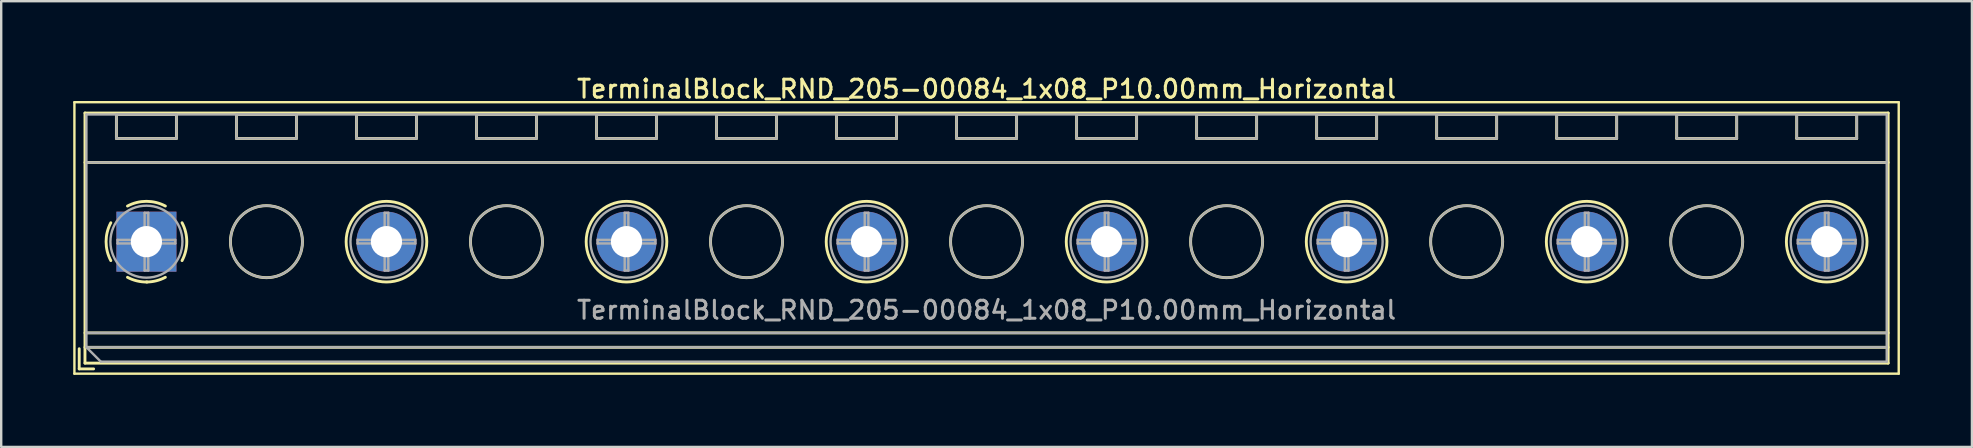
<source format=kicad_pcb>
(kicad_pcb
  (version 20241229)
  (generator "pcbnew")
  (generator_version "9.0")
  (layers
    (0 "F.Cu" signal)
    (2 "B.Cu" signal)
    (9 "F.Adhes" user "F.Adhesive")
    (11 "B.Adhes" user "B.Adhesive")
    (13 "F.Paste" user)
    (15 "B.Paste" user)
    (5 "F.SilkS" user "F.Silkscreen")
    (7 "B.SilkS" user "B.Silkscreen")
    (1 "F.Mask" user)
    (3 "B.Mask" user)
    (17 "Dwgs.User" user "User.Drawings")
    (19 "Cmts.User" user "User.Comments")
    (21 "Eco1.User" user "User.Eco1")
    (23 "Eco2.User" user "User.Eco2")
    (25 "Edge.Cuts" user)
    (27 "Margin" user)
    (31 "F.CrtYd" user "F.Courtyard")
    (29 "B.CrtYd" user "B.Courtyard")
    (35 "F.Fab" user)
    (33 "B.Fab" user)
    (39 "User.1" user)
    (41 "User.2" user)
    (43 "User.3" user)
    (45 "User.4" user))
  (footprint "TerminalBlock_RND_205-00084_1x08_P10.00mm_Horizontal"
    (layer "F.Cu")
    (at 3.05 7.018)
    (property "Reference" "TerminalBlock_RND_205-00084_1x08_P10.00mm_Horizontal" (at 35 -6.36 0) (layer "F.SilkS") (effects (font (size 0.75 0.75) (thickness 0.125))))
    (attr through_hole)
    (fp_line (start -3 -5.81) (end -3 5.5) (stroke (width 0.1) (type solid)) (layer "F.SilkS"))
    (fp_line (start -3 5.5) (end 73 5.5) (stroke (width 0.1) (type solid)) (layer "F.SilkS"))
    (fp_line (start -2.8 4.46) (end -2.8 5.3) (stroke (width 0.12) (type solid)) (layer "F.SilkS"))
    (fp_line (start -2.8 5.3) (end -2.2 5.3) (stroke (width 0.12) (type solid)) (layer "F.SilkS"))
    (fp_line (start -2.56 -5.36) (end -2.56 5.06) (stroke (width 0.12) (type solid)) (layer "F.SilkS"))
    (fp_line (start -2.56 -5.36) (end 72.56 -5.36) (stroke (width 0.12) (type solid)) (layer "F.SilkS"))
    (fp_line (start -2.56 -3.301) (end 72.56 -3.301) (stroke (width 0.12) (type solid)) (layer "F.SilkS"))
    (fp_line (start -2.56 3.8) (end 72.56 3.8) (stroke (width 0.12) (type solid)) (layer "F.SilkS"))
    (fp_line (start -2.56 4.4) (end 72.56 4.4) (stroke (width 0.12) (type solid)) (layer "F.SilkS"))
    (fp_line (start -2.56 5.06) (end 72.56 5.06) (stroke (width 0.12) (type solid)) (layer "F.SilkS"))
    (fp_line (start -1.25 -5.301) (end -1.25 -4.301) (stroke (width 0.12) (type solid)) (layer "F.SilkS"))
    (fp_line (start -1.25 -5.301) (end 1.25 -5.301) (stroke (width 0.12) (type solid)) (layer "F.SilkS"))
    (fp_line (start -1.25 -4.301) (end 1.25 -4.301) (stroke (width 0.12) (type solid)) (layer "F.SilkS"))
    (fp_line (start 1.25 -5.301) (end 1.25 -4.301) (stroke (width 0.12) (type solid)) (layer "F.SilkS"))
    (fp_line (start 3.75 -5.301) (end 3.75 -4.301) (stroke (width 0.12) (type solid)) (layer "F.SilkS"))
    (fp_line (start 3.75 -5.301) (end 6.25 -5.301) (stroke (width 0.12) (type solid)) (layer "F.SilkS"))
    (fp_line (start 3.75 -4.301) (end 6.25 -4.301) (stroke (width 0.12) (type solid)) (layer "F.SilkS"))
    (fp_line (start 6.25 -5.301) (end 6.25 -4.301) (stroke (width 0.12) (type solid)) (layer "F.SilkS"))
    (fp_line (start 8.75 -5.301) (end 8.75 -4.301) (stroke (width 0.12) (type solid)) (layer "F.SilkS"))
    (fp_line (start 8.75 -5.301) (end 11.25 -5.301) (stroke (width 0.12) (type solid)) (layer "F.SilkS"))
    (fp_line (start 8.75 -4.301) (end 11.25 -4.301) (stroke (width 0.12) (type solid)) (layer "F.SilkS"))
    (fp_line (start 11.25 -5.301) (end 11.25 -4.301) (stroke (width 0.12) (type solid)) (layer "F.SilkS"))
    (fp_line (start 13.75 -5.301) (end 13.75 -4.301) (stroke (width 0.12) (type solid)) (layer "F.SilkS"))
    (fp_line (start 13.75 -5.301) (end 16.25 -5.301) (stroke (width 0.12) (type solid)) (layer "F.SilkS"))
    (fp_line (start 13.75 -4.301) (end 16.25 -4.301) (stroke (width 0.12) (type solid)) (layer "F.SilkS"))
    (fp_line (start 16.25 -5.301) (end 16.25 -4.301) (stroke (width 0.12) (type solid)) (layer "F.SilkS"))
    (fp_line (start 18.75 -5.301) (end 18.75 -4.301) (stroke (width 0.12) (type solid)) (layer "F.SilkS"))
    (fp_line (start 18.75 -5.301) (end 21.25 -5.301) (stroke (width 0.12) (type solid)) (layer "F.SilkS"))
    (fp_line (start 18.75 -4.301) (end 21.25 -4.301) (stroke (width 0.12) (type solid)) (layer "F.SilkS"))
    (fp_line (start 21.25 -5.301) (end 21.25 -4.301) (stroke (width 0.12) (type solid)) (layer "F.SilkS"))
    (fp_line (start 23.75 -5.301) (end 23.75 -4.301) (stroke (width 0.12) (type solid)) (layer "F.SilkS"))
    (fp_line (start 23.75 -5.301) (end 26.25 -5.301) (stroke (width 0.12) (type solid)) (layer "F.SilkS"))
    (fp_line (start 23.75 -4.301) (end 26.25 -4.301) (stroke (width 0.12) (type solid)) (layer "F.SilkS"))
    (fp_line (start 26.25 -5.301) (end 26.25 -4.301) (stroke (width 0.12) (type solid)) (layer "F.SilkS"))
    (fp_line (start 28.75 -5.301) (end 28.75 -4.301) (stroke (width 0.12) (type solid)) (layer "F.SilkS"))
    (fp_line (start 28.75 -5.301) (end 31.25 -5.301) (stroke (width 0.12) (type solid)) (layer "F.SilkS"))
    (fp_line (start 28.75 -4.301) (end 31.25 -4.301) (stroke (width 0.12) (type solid)) (layer "F.SilkS"))
    (fp_line (start 31.25 -5.301) (end 31.25 -4.301) (stroke (width 0.12) (type solid)) (layer "F.SilkS"))
    (fp_line (start 33.75 -5.301) (end 33.75 -4.301) (stroke (width 0.12) (type solid)) (layer "F.SilkS"))
    (fp_line (start 33.75 -5.301) (end 36.25 -5.301) (stroke (width 0.12) (type solid)) (layer "F.SilkS"))
    (fp_line (start 33.75 -4.301) (end 36.25 -4.301) (stroke (width 0.12) (type solid)) (layer "F.SilkS"))
    (fp_line (start 36.25 -5.301) (end 36.25 -4.301) (stroke (width 0.12) (type solid)) (layer "F.SilkS"))
    (fp_line (start 38.75 -5.301) (end 38.75 -4.301) (stroke (width 0.12) (type solid)) (layer "F.SilkS"))
    (fp_line (start 38.75 -5.301) (end 41.25 -5.301) (stroke (width 0.12) (type solid)) (layer "F.SilkS"))
    (fp_line (start 38.75 -4.301) (end 41.25 -4.301) (stroke (width 0.12) (type solid)) (layer "F.SilkS"))
    (fp_line (start 41.25 -5.301) (end 41.25 -4.301) (stroke (width 0.12) (type solid)) (layer "F.SilkS"))
    (fp_line (start 43.75 -5.301) (end 43.75 -4.301) (stroke (width 0.12) (type solid)) (layer "F.SilkS"))
    (fp_line (start 43.75 -5.301) (end 46.25 -5.301) (stroke (width 0.12) (type solid)) (layer "F.SilkS"))
    (fp_line (start 43.75 -4.301) (end 46.25 -4.301) (stroke (width 0.12) (type solid)) (layer "F.SilkS"))
    (fp_line (start 46.25 -5.301) (end 46.25 -4.301) (stroke (width 0.12) (type solid)) (layer "F.SilkS"))
    (fp_line (start 48.75 -5.301) (end 48.75 -4.301) (stroke (width 0.12) (type solid)) (layer "F.SilkS"))
    (fp_line (start 48.75 -5.301) (end 51.25 -5.301) (stroke (width 0.12) (type solid)) (layer "F.SilkS"))
    (fp_line (start 48.75 -4.301) (end 51.25 -4.301) (stroke (width 0.12) (type solid)) (layer "F.SilkS"))
    (fp_line (start 51.25 -5.301) (end 51.25 -4.301) (stroke (width 0.12) (type solid)) (layer "F.SilkS"))
    (fp_line (start 53.75 -5.301) (end 53.75 -4.301) (stroke (width 0.12) (type solid)) (layer "F.SilkS"))
    (fp_line (start 53.75 -5.301) (end 56.25 -5.301) (stroke (width 0.12) (type solid)) (layer "F.SilkS"))
    (fp_line (start 53.75 -4.301) (end 56.25 -4.301) (stroke (width 0.12) (type solid)) (layer "F.SilkS"))
    (fp_line (start 56.25 -5.301) (end 56.25 -4.301) (stroke (width 0.12) (type solid)) (layer "F.SilkS"))
    (fp_line (start 58.75 -5.301) (end 58.75 -4.301) (stroke (width 0.12) (type solid)) (layer "F.SilkS"))
    (fp_line (start 58.75 -5.301) (end 61.25 -5.301) (stroke (width 0.12) (type solid)) (layer "F.SilkS"))
    (fp_line (start 58.75 -4.301) (end 61.25 -4.301) (stroke (width 0.12) (type solid)) (layer "F.SilkS"))
    (fp_line (start 61.25 -5.301) (end 61.25 -4.301) (stroke (width 0.12) (type solid)) (layer "F.SilkS"))
    (fp_line (start 63.75 -5.301) (end 63.75 -4.301) (stroke (width 0.12) (type solid)) (layer "F.SilkS"))
    (fp_line (start 63.75 -5.301) (end 66.25 -5.301) (stroke (width 0.12) (type solid)) (layer "F.SilkS"))
    (fp_line (start 63.75 -4.301) (end 66.25 -4.301) (stroke (width 0.12) (type solid)) (layer "F.SilkS"))
    (fp_line (start 66.25 -5.301) (end 66.25 -4.301) (stroke (width 0.12) (type solid)) (layer "F.SilkS"))
    (fp_line (start 68.75 -5.301) (end 68.75 -4.301) (stroke (width 0.12) (type solid)) (layer "F.SilkS"))
    (fp_line (start 68.75 -5.301) (end 71.25 -5.301) (stroke (width 0.12) (type solid)) (layer "F.SilkS"))
    (fp_line (start 68.75 -4.301) (end 71.25 -4.301) (stroke (width 0.12) (type solid)) (layer "F.SilkS"))
    (fp_line (start 71.25 -5.301) (end 71.25 -4.301) (stroke (width 0.12) (type solid)) (layer "F.SilkS"))
    (fp_line (start 72.56 -5.36) (end 72.56 5.06) (stroke (width 0.12) (type solid)) (layer "F.SilkS"))
    (fp_line (start 73 -5.81) (end -3 -5.81) (stroke (width 0.1) (type solid)) (layer "F.SilkS"))
    (fp_line (start 73 5.5) (end 73 -5.81) (stroke (width 0.1) (type solid)) (layer "F.SilkS"))
    (fp_arc (start -1.483953 0.789089) (mid -1.680708 0.00005) (end -1.484 -0.789) (stroke (width 0.12) (type solid)) (layer "F.SilkS"))
    (fp_arc (start -0.789089 -1.483953) (mid -0.00005 -1.680708) (end 0.789 -1.484) (stroke (width 0.12) (type solid)) (layer "F.SilkS"))
    (fp_arc (start 0.029383 1.68045) (mid -0.392304 1.634281) (end -0.789 1.484) (stroke (width 0.12) (type solid)) (layer "F.SilkS"))
    (fp_arc (start 0.788712 1.483352) (mid 0.406429 1.630097) (end 0 1.68) (stroke (width 0.12) (type solid)) (layer "F.SilkS"))
    (fp_arc (start 1.483953 -0.789089) (mid 1.680708 -0.00005) (end 1.484 0.789) (stroke (width 0.12) (type solid)) (layer "F.SilkS"))
    (fp_circle (center 5 0) (end 6.5 0) (stroke (width 0.12) (type solid)) (fill no) (layer "F.SilkS"))
    (fp_circle (center 10 0) (end 11.68 0) (stroke (width 0.12) (type solid)) (fill no) (layer "F.SilkS"))
    (fp_circle (center 15 0) (end 16.5 0) (stroke (width 0.12) (type solid)) (fill no) (layer "F.SilkS"))
    (fp_circle (center 20 0) (end 21.68 0) (stroke (width 0.12) (type solid)) (fill no) (layer "F.SilkS"))
    (fp_circle (center 25 0) (end 26.5 0) (stroke (width 0.12) (type solid)) (fill no) (layer "F.SilkS"))
    (fp_circle (center 30 0) (end 31.68 0) (stroke (width 0.12) (type solid)) (fill no) (layer "F.SilkS"))
    (fp_circle (center 35 0) (end 36.5 0) (stroke (width 0.12) (type solid)) (fill no) (layer "F.SilkS"))
    (fp_circle (center 40 0) (end 41.68 0) (stroke (width 0.12) (type solid)) (fill no) (layer "F.SilkS"))
    (fp_circle (center 45 0) (end 46.5 0) (stroke (width 0.12) (type solid)) (fill no) (layer "F.SilkS"))
    (fp_circle (center 50 0) (end 51.68 0) (stroke (width 0.12) (type solid)) (fill no) (layer "F.SilkS"))
    (fp_circle (center 55 0) (end 56.5 0) (stroke (width 0.12) (type solid)) (fill no) (layer "F.SilkS"))
    (fp_circle (center 60 0) (end 61.68 0) (stroke (width 0.12) (type solid)) (fill no) (layer "F.SilkS"))
    (fp_circle (center 65 0) (end 66.5 0) (stroke (width 0.12) (type solid)) (fill no) (layer "F.SilkS"))
    (fp_circle (center 70 0) (end 71.68 0) (stroke (width 0.12) (type solid)) (fill no) (layer "F.SilkS"))
    (fp_line (start -2.5 -5.3) (end 72.5 -5.3) (stroke (width 0.1) (type solid)) (layer "F.Fab"))
    (fp_line (start -2.5 -3.3) (end 72.5 -3.3) (stroke (width 0.1) (type solid)) (layer "F.Fab"))
    (fp_line (start -2.5 3.8) (end 72.5 3.8) (stroke (width 0.1) (type solid)) (layer "F.Fab"))
    (fp_line (start -2.5 4.4) (end -2.5 -5.3) (stroke (width 0.1) (type solid)) (layer "F.Fab"))
    (fp_line (start -2.5 4.4) (end 72.5 4.4) (stroke (width 0.1) (type solid)) (layer "F.Fab"))
    (fp_line (start -1.9 5) (end -2.5 4.4) (stroke (width 0.1) (type solid)) (layer "F.Fab"))
    (fp_line (start -1.25 -5.3) (end -1.25 -4.3) (stroke (width 0.1) (type solid)) (layer "F.Fab"))
    (fp_line (start -1.25 -4.3) (end 1.25 -4.3) (stroke (width 0.1) (type solid)) (layer "F.Fab"))
    (fp_line (start -1.201 -0.076) (end -0.076 -0.076) (stroke (width 0.1) (type solid)) (layer "F.Fab"))
    (fp_line (start -1.201 0.076) (end -1.201 -0.076) (stroke (width 0.1) (type solid)) (layer "F.Fab"))
    (fp_line (start -0.076 -1.201) (end 0.076 -1.201) (stroke (width 0.1) (type solid)) (layer "F.Fab"))
    (fp_line (start -0.076 -0.076) (end -0.076 -1.201) (stroke (width 0.1) (type solid)) (layer "F.Fab"))
    (fp_line (start -0.076 0.076) (end -1.201 0.076) (stroke (width 0.1) (type solid)) (layer "F.Fab"))
    (fp_line (start -0.076 1.201) (end -0.076 0.076) (stroke (width 0.1) (type solid)) (layer "F.Fab"))
    (fp_line (start 0.076 -1.201) (end 0.076 -0.076) (stroke (width 0.1) (type solid)) (layer "F.Fab"))
    (fp_line (start 0.076 -0.076) (end 1.201 -0.076) (stroke (width 0.1) (type solid)) (layer "F.Fab"))
    (fp_line (start 0.076 0.076) (end 0.076 1.201) (stroke (width 0.1) (type solid)) (layer "F.Fab"))
    (fp_line (start 0.076 1.201) (end -0.076 1.201) (stroke (width 0.1) (type solid)) (layer "F.Fab"))
    (fp_line (start 1.201 -0.076) (end 1.201 0.076) (stroke (width 0.1) (type solid)) (layer "F.Fab"))
    (fp_line (start 1.201 0.076) (end 0.076 0.076) (stroke (width 0.1) (type solid)) (layer "F.Fab"))
    (fp_line (start 1.25 -5.3) (end -1.25 -5.3) (stroke (width 0.1) (type solid)) (layer "F.Fab"))
    (fp_line (start 1.25 -4.3) (end 1.25 -5.3) (stroke (width 0.1) (type solid)) (layer "F.Fab"))
    (fp_line (start 3.75 -5.3) (end 3.75 -4.3) (stroke (width 0.1) (type solid)) (layer "F.Fab"))
    (fp_line (start 3.75 -4.3) (end 6.25 -4.3) (stroke (width 0.1) (type solid)) (layer "F.Fab"))
    (fp_line (start 6.25 -5.3) (end 3.75 -5.3) (stroke (width 0.1) (type solid)) (layer "F.Fab"))
    (fp_line (start 6.25 -4.3) (end 6.25 -5.3) (stroke (width 0.1) (type solid)) (layer "F.Fab"))
    (fp_line (start 8.75 -5.3) (end 8.75 -4.3) (stroke (width 0.1) (type solid)) (layer "F.Fab"))
    (fp_line (start 8.75 -4.3) (end 11.25 -4.3) (stroke (width 0.1) (type solid)) (layer "F.Fab"))
    (fp_line (start 8.799 -0.076) (end 9.924 -0.076) (stroke (width 0.1) (type solid)) (layer "F.Fab"))
    (fp_line (start 8.799 0.076) (end 8.799 -0.076) (stroke (width 0.1) (type solid)) (layer "F.Fab"))
    (fp_line (start 9.924 -1.201) (end 10.076 -1.201) (stroke (width 0.1) (type solid)) (layer "F.Fab"))
    (fp_line (start 9.924 -0.076) (end 9.924 -1.201) (stroke (width 0.1) (type solid)) (layer "F.Fab"))
    (fp_line (start 9.924 0.076) (end 8.799 0.076) (stroke (width 0.1) (type solid)) (layer "F.Fab"))
    (fp_line (start 9.924 1.201) (end 9.924 0.076) (stroke (width 0.1) (type solid)) (layer "F.Fab"))
    (fp_line (start 10.076 -1.201) (end 10.076 -0.076) (stroke (width 0.1) (type solid)) (layer "F.Fab"))
    (fp_line (start 10.076 -0.076) (end 11.201 -0.076) (stroke (width 0.1) (type solid)) (layer "F.Fab"))
    (fp_line (start 10.076 0.076) (end 10.076 1.201) (stroke (width 0.1) (type solid)) (layer "F.Fab"))
    (fp_line (start 10.076 1.201) (end 9.924 1.201) (stroke (width 0.1) (type solid)) (layer "F.Fab"))
    (fp_line (start 11.201 -0.076) (end 11.201 0.076) (stroke (width 0.1) (type solid)) (layer "F.Fab"))
    (fp_line (start 11.201 0.076) (end 10.076 0.076) (stroke (width 0.1) (type solid)) (layer "F.Fab"))
    (fp_line (start 11.25 -5.3) (end 8.75 -5.3) (stroke (width 0.1) (type solid)) (layer "F.Fab"))
    (fp_line (start 11.25 -4.3) (end 11.25 -5.3) (stroke (width 0.1) (type solid)) (layer "F.Fab"))
    (fp_line (start 13.75 -5.3) (end 13.75 -4.3) (stroke (width 0.1) (type solid)) (layer "F.Fab"))
    (fp_line (start 13.75 -4.3) (end 16.25 -4.3) (stroke (width 0.1) (type solid)) (layer "F.Fab"))
    (fp_line (start 16.25 -5.3) (end 13.75 -5.3) (stroke (width 0.1) (type solid)) (layer "F.Fab"))
    (fp_line (start 16.25 -4.3) (end 16.25 -5.3) (stroke (width 0.1) (type solid)) (layer "F.Fab"))
    (fp_line (start 18.75 -5.3) (end 18.75 -4.3) (stroke (width 0.1) (type solid)) (layer "F.Fab"))
    (fp_line (start 18.75 -4.3) (end 21.25 -4.3) (stroke (width 0.1) (type solid)) (layer "F.Fab"))
    (fp_line (start 18.799 -0.076) (end 19.924 -0.076) (stroke (width 0.1) (type solid)) (layer "F.Fab"))
    (fp_line (start 18.799 0.076) (end 18.799 -0.076) (stroke (width 0.1) (type solid)) (layer "F.Fab"))
    (fp_line (start 19.924 -1.201) (end 20.076 -1.201) (stroke (width 0.1) (type solid)) (layer "F.Fab"))
    (fp_line (start 19.924 -0.076) (end 19.924 -1.201) (stroke (width 0.1) (type solid)) (layer "F.Fab"))
    (fp_line (start 19.924 0.076) (end 18.799 0.076) (stroke (width 0.1) (type solid)) (layer "F.Fab"))
    (fp_line (start 19.924 1.201) (end 19.924 0.076) (stroke (width 0.1) (type solid)) (layer "F.Fab"))
    (fp_line (start 20.076 -1.201) (end 20.076 -0.076) (stroke (width 0.1) (type solid)) (layer "F.Fab"))
    (fp_line (start 20.076 -0.076) (end 21.201 -0.076) (stroke (width 0.1) (type solid)) (layer "F.Fab"))
    (fp_line (start 20.076 0.076) (end 20.076 1.201) (stroke (width 0.1) (type solid)) (layer "F.Fab"))
    (fp_line (start 20.076 1.201) (end 19.924 1.201) (stroke (width 0.1) (type solid)) (layer "F.Fab"))
    (fp_line (start 21.201 -0.076) (end 21.201 0.076) (stroke (width 0.1) (type solid)) (layer "F.Fab"))
    (fp_line (start 21.201 0.076) (end 20.076 0.076) (stroke (width 0.1) (type solid)) (layer "F.Fab"))
    (fp_line (start 21.25 -5.3) (end 18.75 -5.3) (stroke (width 0.1) (type solid)) (layer "F.Fab"))
    (fp_line (start 21.25 -4.3) (end 21.25 -5.3) (stroke (width 0.1) (type solid)) (layer "F.Fab"))
    (fp_line (start 23.75 -5.3) (end 23.75 -4.3) (stroke (width 0.1) (type solid)) (layer "F.Fab"))
    (fp_line (start 23.75 -4.3) (end 26.25 -4.3) (stroke (width 0.1) (type solid)) (layer "F.Fab"))
    (fp_line (start 26.25 -5.3) (end 23.75 -5.3) (stroke (width 0.1) (type solid)) (layer "F.Fab"))
    (fp_line (start 26.25 -4.3) (end 26.25 -5.3) (stroke (width 0.1) (type solid)) (layer "F.Fab"))
    (fp_line (start 28.75 -5.3) (end 28.75 -4.3) (stroke (width 0.1) (type solid)) (layer "F.Fab"))
    (fp_line (start 28.75 -4.3) (end 31.25 -4.3) (stroke (width 0.1) (type solid)) (layer "F.Fab"))
    (fp_line (start 28.799 -0.076) (end 29.924 -0.076) (stroke (width 0.1) (type solid)) (layer "F.Fab"))
    (fp_line (start 28.799 0.076) (end 28.799 -0.076) (stroke (width 0.1) (type solid)) (layer "F.Fab"))
    (fp_line (start 29.924 -1.201) (end 30.076 -1.201) (stroke (width 0.1) (type solid)) (layer "F.Fab"))
    (fp_line (start 29.924 -0.076) (end 29.924 -1.201) (stroke (width 0.1) (type solid)) (layer "F.Fab"))
    (fp_line (start 29.924 0.076) (end 28.799 0.076) (stroke (width 0.1) (type solid)) (layer "F.Fab"))
    (fp_line (start 29.924 1.201) (end 29.924 0.076) (stroke (width 0.1) (type solid)) (layer "F.Fab"))
    (fp_line (start 30.076 -1.201) (end 30.076 -0.076) (stroke (width 0.1) (type solid)) (layer "F.Fab"))
    (fp_line (start 30.076 -0.076) (end 31.201 -0.076) (stroke (width 0.1) (type solid)) (layer "F.Fab"))
    (fp_line (start 30.076 0.076) (end 30.076 1.201) (stroke (width 0.1) (type solid)) (layer "F.Fab"))
    (fp_line (start 30.076 1.201) (end 29.924 1.201) (stroke (width 0.1) (type solid)) (layer "F.Fab"))
    (fp_line (start 31.201 -0.076) (end 31.201 0.076) (stroke (width 0.1) (type solid)) (layer "F.Fab"))
    (fp_line (start 31.201 0.076) (end 30.076 0.076) (stroke (width 0.1) (type solid)) (layer "F.Fab"))
    (fp_line (start 31.25 -5.3) (end 28.75 -5.3) (stroke (width 0.1) (type solid)) (layer "F.Fab"))
    (fp_line (start 31.25 -4.3) (end 31.25 -5.3) (stroke (width 0.1) (type solid)) (layer "F.Fab"))
    (fp_line (start 33.75 -5.3) (end 33.75 -4.3) (stroke (width 0.1) (type solid)) (layer "F.Fab"))
    (fp_line (start 33.75 -4.3) (end 36.25 -4.3) (stroke (width 0.1) (type solid)) (layer "F.Fab"))
    (fp_line (start 36.25 -5.3) (end 33.75 -5.3) (stroke (width 0.1) (type solid)) (layer "F.Fab"))
    (fp_line (start 36.25 -4.3) (end 36.25 -5.3) (stroke (width 0.1) (type solid)) (layer "F.Fab"))
    (fp_line (start 38.75 -5.3) (end 38.75 -4.3) (stroke (width 0.1) (type solid)) (layer "F.Fab"))
    (fp_line (start 38.75 -4.3) (end 41.25 -4.3) (stroke (width 0.1) (type solid)) (layer "F.Fab"))
    (fp_line (start 38.799 -0.076) (end 39.924 -0.076) (stroke (width 0.1) (type solid)) (layer "F.Fab"))
    (fp_line (start 38.799 0.076) (end 38.799 -0.076) (stroke (width 0.1) (type solid)) (layer "F.Fab"))
    (fp_line (start 39.924 -1.201) (end 40.076 -1.201) (stroke (width 0.1) (type solid)) (layer "F.Fab"))
    (fp_line (start 39.924 -0.076) (end 39.924 -1.201) (stroke (width 0.1) (type solid)) (layer "F.Fab"))
    (fp_line (start 39.924 0.076) (end 38.799 0.076) (stroke (width 0.1) (type solid)) (layer "F.Fab"))
    (fp_line (start 39.924 1.201) (end 39.924 0.076) (stroke (width 0.1) (type solid)) (layer "F.Fab"))
    (fp_line (start 40.076 -1.201) (end 40.076 -0.076) (stroke (width 0.1) (type solid)) (layer "F.Fab"))
    (fp_line (start 40.076 -0.076) (end 41.201 -0.076) (stroke (width 0.1) (type solid)) (layer "F.Fab"))
    (fp_line (start 40.076 0.076) (end 40.076 1.201) (stroke (width 0.1) (type solid)) (layer "F.Fab"))
    (fp_line (start 40.076 1.201) (end 39.924 1.201) (stroke (width 0.1) (type solid)) (layer "F.Fab"))
    (fp_line (start 41.201 -0.076) (end 41.201 0.076) (stroke (width 0.1) (type solid)) (layer "F.Fab"))
    (fp_line (start 41.201 0.076) (end 40.076 0.076) (stroke (width 0.1) (type solid)) (layer "F.Fab"))
    (fp_line (start 41.25 -5.3) (end 38.75 -5.3) (stroke (width 0.1) (type solid)) (layer "F.Fab"))
    (fp_line (start 41.25 -4.3) (end 41.25 -5.3) (stroke (width 0.1) (type solid)) (layer "F.Fab"))
    (fp_line (start 43.75 -5.3) (end 43.75 -4.3) (stroke (width 0.1) (type solid)) (layer "F.Fab"))
    (fp_line (start 43.75 -4.3) (end 46.25 -4.3) (stroke (width 0.1) (type solid)) (layer "F.Fab"))
    (fp_line (start 46.25 -5.3) (end 43.75 -5.3) (stroke (width 0.1) (type solid)) (layer "F.Fab"))
    (fp_line (start 46.25 -4.3) (end 46.25 -5.3) (stroke (width 0.1) (type solid)) (layer "F.Fab"))
    (fp_line (start 48.75 -5.3) (end 48.75 -4.3) (stroke (width 0.1) (type solid)) (layer "F.Fab"))
    (fp_line (start 48.75 -4.3) (end 51.25 -4.3) (stroke (width 0.1) (type solid)) (layer "F.Fab"))
    (fp_line (start 48.799 -0.076) (end 49.924 -0.076) (stroke (width 0.1) (type solid)) (layer "F.Fab"))
    (fp_line (start 48.799 0.076) (end 48.799 -0.076) (stroke (width 0.1) (type solid)) (layer "F.Fab"))
    (fp_line (start 49.924 -1.201) (end 50.076 -1.201) (stroke (width 0.1) (type solid)) (layer "F.Fab"))
    (fp_line (start 49.924 -0.076) (end 49.924 -1.201) (stroke (width 0.1) (type solid)) (layer "F.Fab"))
    (fp_line (start 49.924 0.076) (end 48.799 0.076) (stroke (width 0.1) (type solid)) (layer "F.Fab"))
    (fp_line (start 49.924 1.201) (end 49.924 0.076) (stroke (width 0.1) (type solid)) (layer "F.Fab"))
    (fp_line (start 50.076 -1.201) (end 50.076 -0.076) (stroke (width 0.1) (type solid)) (layer "F.Fab"))
    (fp_line (start 50.076 -0.076) (end 51.201 -0.076) (stroke (width 0.1) (type solid)) (layer "F.Fab"))
    (fp_line (start 50.076 0.076) (end 50.076 1.201) (stroke (width 0.1) (type solid)) (layer "F.Fab"))
    (fp_line (start 50.076 1.201) (end 49.924 1.201) (stroke (width 0.1) (type solid)) (layer "F.Fab"))
    (fp_line (start 51.201 -0.076) (end 51.201 0.076) (stroke (width 0.1) (type solid)) (layer "F.Fab"))
    (fp_line (start 51.201 0.076) (end 50.076 0.076) (stroke (width 0.1) (type solid)) (layer "F.Fab"))
    (fp_line (start 51.25 -5.3) (end 48.75 -5.3) (stroke (width 0.1) (type solid)) (layer "F.Fab"))
    (fp_line (start 51.25 -4.3) (end 51.25 -5.3) (stroke (width 0.1) (type solid)) (layer "F.Fab"))
    (fp_line (start 53.75 -5.3) (end 53.75 -4.3) (stroke (width 0.1) (type solid)) (layer "F.Fab"))
    (fp_line (start 53.75 -4.3) (end 56.25 -4.3) (stroke (width 0.1) (type solid)) (layer "F.Fab"))
    (fp_line (start 56.25 -5.3) (end 53.75 -5.3) (stroke (width 0.1) (type solid)) (layer "F.Fab"))
    (fp_line (start 56.25 -4.3) (end 56.25 -5.3) (stroke (width 0.1) (type solid)) (layer "F.Fab"))
    (fp_line (start 58.75 -5.3) (end 58.75 -4.3) (stroke (width 0.1) (type solid)) (layer "F.Fab"))
    (fp_line (start 58.75 -4.3) (end 61.25 -4.3) (stroke (width 0.1) (type solid)) (layer "F.Fab"))
    (fp_line (start 58.799 -0.076) (end 59.924 -0.076) (stroke (width 0.1) (type solid)) (layer "F.Fab"))
    (fp_line (start 58.799 0.076) (end 58.799 -0.076) (stroke (width 0.1) (type solid)) (layer "F.Fab"))
    (fp_line (start 59.924 -1.201) (end 60.076 -1.201) (stroke (width 0.1) (type solid)) (layer "F.Fab"))
    (fp_line (start 59.924 -0.076) (end 59.924 -1.201) (stroke (width 0.1) (type solid)) (layer "F.Fab"))
    (fp_line (start 59.924 0.076) (end 58.799 0.076) (stroke (width 0.1) (type solid)) (layer "F.Fab"))
    (fp_line (start 59.924 1.201) (end 59.924 0.076) (stroke (width 0.1) (type solid)) (layer "F.Fab"))
    (fp_line (start 60.076 -1.201) (end 60.076 -0.076) (stroke (width 0.1) (type solid)) (layer "F.Fab"))
    (fp_line (start 60.076 -0.076) (end 61.201 -0.076) (stroke (width 0.1) (type solid)) (layer "F.Fab"))
    (fp_line (start 60.076 0.076) (end 60.076 1.201) (stroke (width 0.1) (type solid)) (layer "F.Fab"))
    (fp_line (start 60.076 1.201) (end 59.924 1.201) (stroke (width 0.1) (type solid)) (layer "F.Fab"))
    (fp_line (start 61.201 -0.076) (end 61.201 0.076) (stroke (width 0.1) (type solid)) (layer "F.Fab"))
    (fp_line (start 61.201 0.076) (end 60.076 0.076) (stroke (width 0.1) (type solid)) (layer "F.Fab"))
    (fp_line (start 61.25 -5.3) (end 58.75 -5.3) (stroke (width 0.1) (type solid)) (layer "F.Fab"))
    (fp_line (start 61.25 -4.3) (end 61.25 -5.3) (stroke (width 0.1) (type solid)) (layer "F.Fab"))
    (fp_line (start 63.75 -5.3) (end 63.75 -4.3) (stroke (width 0.1) (type solid)) (layer "F.Fab"))
    (fp_line (start 63.75 -4.3) (end 66.25 -4.3) (stroke (width 0.1) (type solid)) (layer "F.Fab"))
    (fp_line (start 66.25 -5.3) (end 63.75 -5.3) (stroke (width 0.1) (type solid)) (layer "F.Fab"))
    (fp_line (start 66.25 -4.3) (end 66.25 -5.3) (stroke (width 0.1) (type solid)) (layer "F.Fab"))
    (fp_line (start 68.75 -5.3) (end 68.75 -4.3) (stroke (width 0.1) (type solid)) (layer "F.Fab"))
    (fp_line (start 68.75 -4.3) (end 71.25 -4.3) (stroke (width 0.1) (type solid)) (layer "F.Fab"))
    (fp_line (start 68.799 -0.076) (end 69.924 -0.076) (stroke (width 0.1) (type solid)) (layer "F.Fab"))
    (fp_line (start 68.799 0.076) (end 68.799 -0.076) (stroke (width 0.1) (type solid)) (layer "F.Fab"))
    (fp_line (start 69.924 -1.201) (end 70.076 -1.201) (stroke (width 0.1) (type solid)) (layer "F.Fab"))
    (fp_line (start 69.924 -0.076) (end 69.924 -1.201) (stroke (width 0.1) (type solid)) (layer "F.Fab"))
    (fp_line (start 69.924 0.076) (end 68.799 0.076) (stroke (width 0.1) (type solid)) (layer "F.Fab"))
    (fp_line (start 69.924 1.201) (end 69.924 0.076) (stroke (width 0.1) (type solid)) (layer "F.Fab"))
    (fp_line (start 70.076 -1.201) (end 70.076 -0.076) (stroke (width 0.1) (type solid)) (layer "F.Fab"))
    (fp_line (start 70.076 -0.076) (end 71.201 -0.076) (stroke (width 0.1) (type solid)) (layer "F.Fab"))
    (fp_line (start 70.076 0.076) (end 70.076 1.201) (stroke (width 0.1) (type solid)) (layer "F.Fab"))
    (fp_line (start 70.076 1.201) (end 69.924 1.201) (stroke (width 0.1) (type solid)) (layer "F.Fab"))
    (fp_line (start 71.201 -0.076) (end 71.201 0.076) (stroke (width 0.1) (type solid)) (layer "F.Fab"))
    (fp_line (start 71.201 0.076) (end 70.076 0.076) (stroke (width 0.1) (type solid)) (layer "F.Fab"))
    (fp_line (start 71.25 -5.3) (end 68.75 -5.3) (stroke (width 0.1) (type solid)) (layer "F.Fab"))
    (fp_line (start 71.25 -4.3) (end 71.25 -5.3) (stroke (width 0.1) (type solid)) (layer "F.Fab"))
    (fp_line (start 72.5 -5.3) (end 72.5 5) (stroke (width 0.1) (type solid)) (layer "F.Fab"))
    (fp_line (start 72.5 5) (end -1.9 5) (stroke (width 0.1) (type solid)) (layer "F.Fab"))
    (fp_circle (center 0 0) (end 1.5 0) (stroke (width 0.1) (type solid)) (fill no) (layer "F.Fab"))
    (fp_circle (center 5 0) (end 6.5 0) (stroke (width 0.1) (type solid)) (fill no) (layer "F.Fab"))
    (fp_circle (center 10 0) (end 11.5 0) (stroke (width 0.1) (type solid)) (fill no) (layer "F.Fab"))
    (fp_circle (center 15 0) (end 16.5 0) (stroke (width 0.1) (type solid)) (fill no) (layer "F.Fab"))
    (fp_circle (center 20 0) (end 21.5 0) (stroke (width 0.1) (type solid)) (fill no) (layer "F.Fab"))
    (fp_circle (center 25 0) (end 26.5 0) (stroke (width 0.1) (type solid)) (fill no) (layer "F.Fab"))
    (fp_circle (center 30 0) (end 31.5 0) (stroke (width 0.1) (type solid)) (fill no) (layer "F.Fab"))
    (fp_circle (center 35 0) (end 36.5 0) (stroke (width 0.1) (type solid)) (fill no) (layer "F.Fab"))
    (fp_circle (center 40 0) (end 41.5 0) (stroke (width 0.1) (type solid)) (fill no) (layer "F.Fab"))
    (fp_circle (center 45 0) (end 46.5 0) (stroke (width 0.1) (type solid)) (fill no) (layer "F.Fab"))
    (fp_circle (center 50 0) (end 51.5 0) (stroke (width 0.1) (type solid)) (fill no) (layer "F.Fab"))
    (fp_circle (center 55 0) (end 56.5 0) (stroke (width 0.1) (type solid)) (fill no) (layer "F.Fab"))
    (fp_circle (center 60 0) (end 61.5 0) (stroke (width 0.1) (type solid)) (fill no) (layer "F.Fab"))
    (fp_circle (center 65 0) (end 66.5 0) (stroke (width 0.1) (type solid)) (fill no) (layer "F.Fab"))
    (fp_circle (center 70 0) (end 71.5 0) (stroke (width 0.1) (type solid)) (fill no) (layer "F.Fab"))
    (fp_text user "${REFERENCE}" (at 35 2.85 0) (layer "F.Fab") (effects (font (size 0.75 0.75) (thickness 0.125))))
    (pad "1" thru_hole rect (at 0 0) (size 2.5 2.5) (drill 1.3) (layers "*.Cu" "*.Mask"))
    (pad "2" thru_hole circle (at 10 0) (size 2.5 2.5) (drill 1.3) (layers "*.Cu" "*.Mask"))
    (pad "3" thru_hole circle (at 20 0) (size 2.5 2.5) (drill 1.3) (layers "*.Cu" "*.Mask"))
    (pad "4" thru_hole circle (at 30 0) (size 2.5 2.5) (drill 1.3) (layers "*.Cu" "*.Mask"))
    (pad "5" thru_hole circle (at 40 0) (size 2.5 2.5) (drill 1.3) (layers "*.Cu" "*.Mask"))
    (pad "6" thru_hole circle (at 50 0) (size 2.5 2.5) (drill 1.3) (layers "*.Cu" "*.Mask"))
    (pad "7" thru_hole circle (at 60 0) (size 2.5 2.5) (drill 1.3) (layers "*.Cu" "*.Mask"))
    (pad "8" thru_hole circle (at 70 0) (size 2.5 2.5) (drill 1.3) (layers "*.Cu" "*.Mask")))
  (gr_rect
    (start -3 -3)
    (end 79.1 15.568)
    (stroke (width 0.1) (type default))
    (fill no)
    (layer "Edge.Cuts")))
</source>
